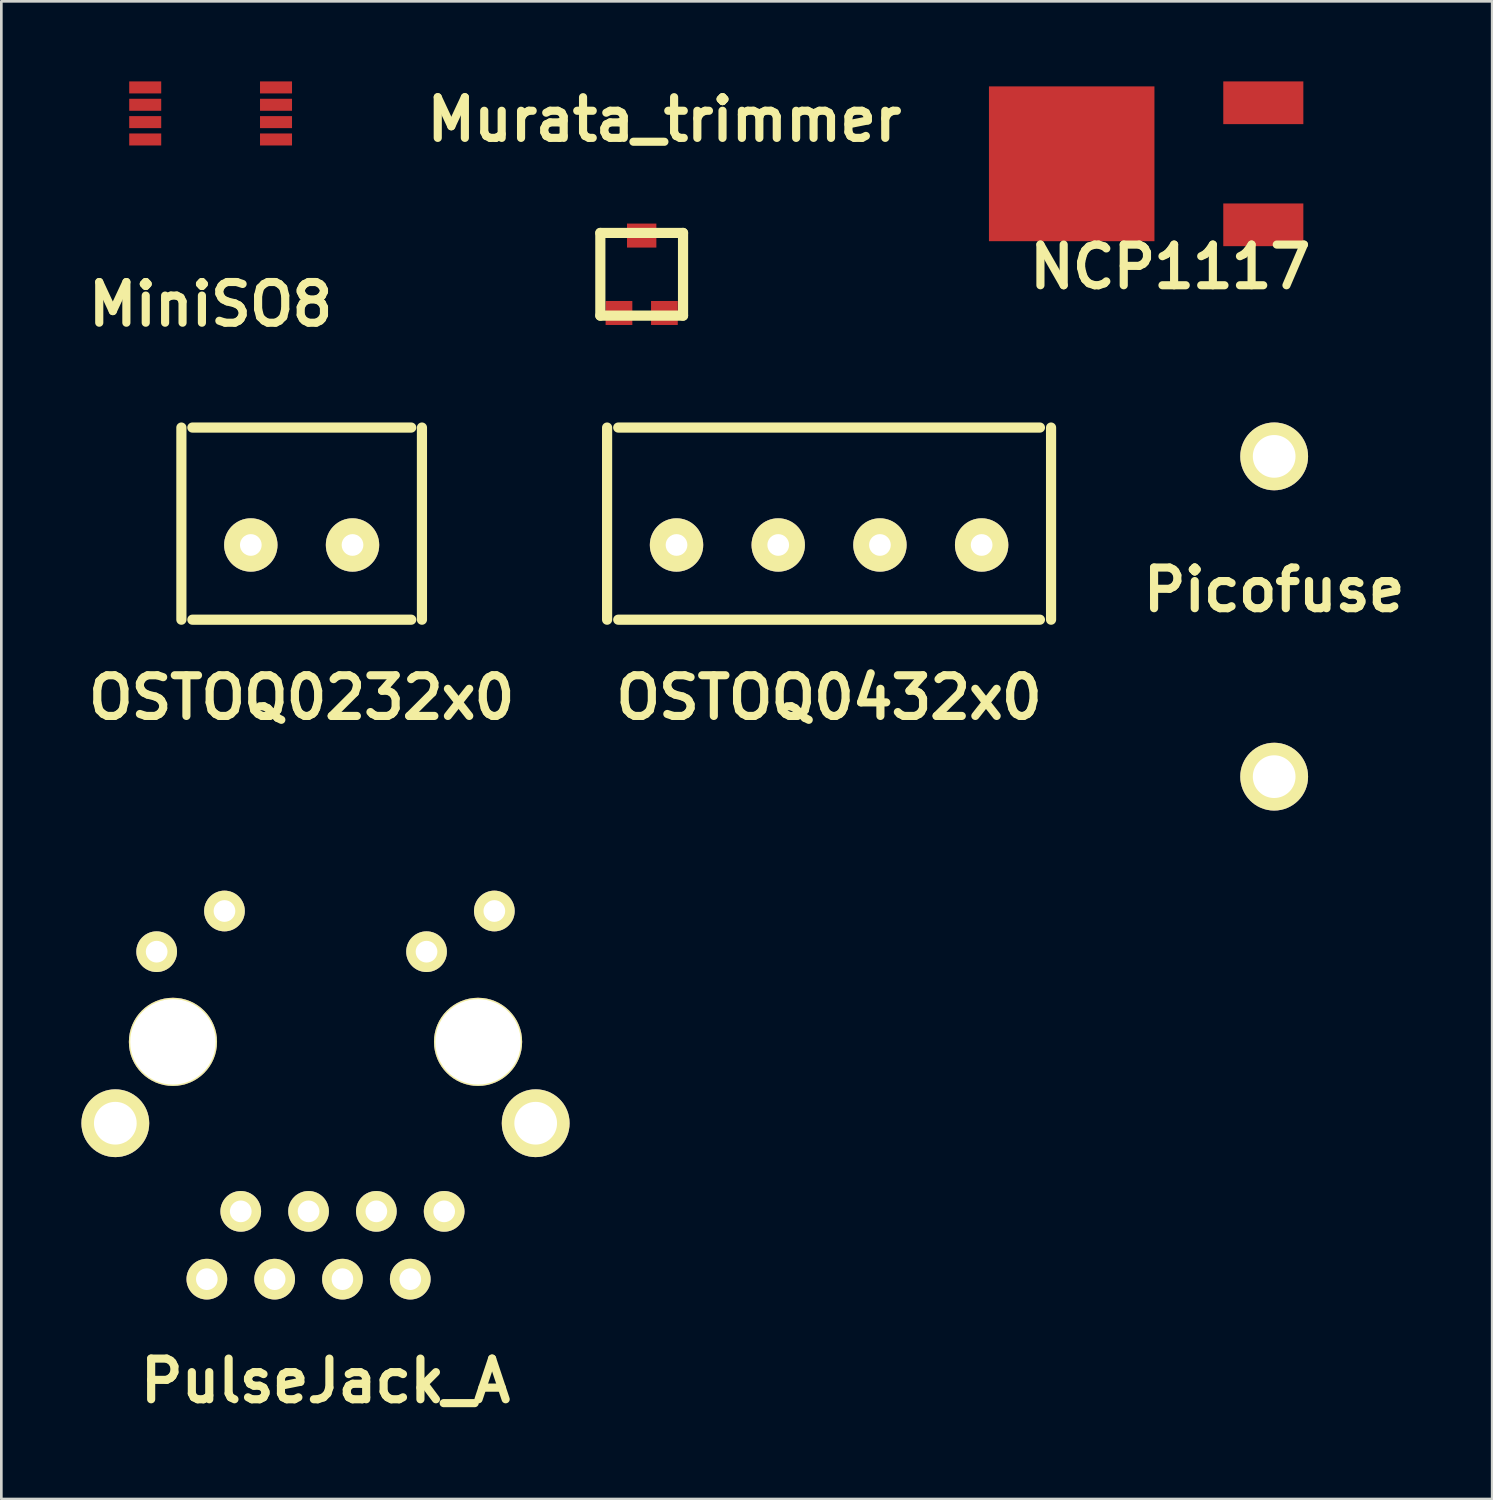
<source format=kicad_pcb>
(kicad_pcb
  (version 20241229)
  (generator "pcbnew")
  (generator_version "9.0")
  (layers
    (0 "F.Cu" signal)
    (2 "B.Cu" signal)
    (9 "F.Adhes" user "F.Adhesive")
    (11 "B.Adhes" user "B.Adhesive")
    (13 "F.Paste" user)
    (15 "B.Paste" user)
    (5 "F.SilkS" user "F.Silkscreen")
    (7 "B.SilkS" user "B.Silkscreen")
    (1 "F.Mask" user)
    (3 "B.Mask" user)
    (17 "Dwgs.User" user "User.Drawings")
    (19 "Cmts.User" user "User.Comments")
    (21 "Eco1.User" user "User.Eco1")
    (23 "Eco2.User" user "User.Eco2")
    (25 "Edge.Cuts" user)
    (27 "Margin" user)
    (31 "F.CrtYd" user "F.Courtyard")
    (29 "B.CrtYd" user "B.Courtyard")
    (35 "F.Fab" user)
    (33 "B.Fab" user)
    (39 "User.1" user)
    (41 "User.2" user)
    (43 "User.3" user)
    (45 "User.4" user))
  (footprint "PulseJack_A"
    (layer "F.Cu")
    (at 9.144 35.98)
    (property "Reference" "PulseJack_A" (at 0 12.7 0) (layer "F.SilkS") (effects (font (size 1.524 1.524) (thickness 0.305))))
    (attr through_hole)
    (pad "" np_thru_hole circle (at -5.715 0) (size 3.302 3.302) (drill 3.2) (layers "*.Cu" "*.Mask" "F.SilkS"))
    (pad "" np_thru_hole circle (at 5.715 0) (size 3.302 3.302) (drill 3.2) (layers "*.Cu" "*.Mask" "F.SilkS"))
    (pad "1" thru_hole circle (at 4.445 6.35) (size 1.524 1.524) (drill 0.813) (layers "*.Cu" "*.Mask" "F.SilkS"))
    (pad "2" thru_hole circle (at 3.175 8.89) (size 1.524 1.524) (drill 0.813) (layers "*.Cu" "*.Mask" "F.SilkS"))
    (pad "3" thru_hole circle (at 1.905 6.35) (size 1.524 1.524) (drill 0.813) (layers "*.Cu" "*.Mask" "F.SilkS"))
    (pad "4" thru_hole circle (at 0.635 8.89) (size 1.524 1.524) (drill 0.813) (layers "*.Cu" "*.Mask" "F.SilkS"))
    (pad "5" thru_hole circle (at -0.635 6.35) (size 1.524 1.524) (drill 0.813) (layers "*.Cu" "*.Mask" "F.SilkS"))
    (pad "6" thru_hole circle (at -1.905 8.89) (size 1.524 1.524) (drill 0.813) (layers "*.Cu" "*.Mask" "F.SilkS"))
    (pad "7" thru_hole circle (at -3.175 6.35) (size 1.524 1.524) (drill 0.813) (layers "*.Cu" "*.Mask" "F.SilkS"))
    (pad "8" thru_hole circle (at -4.445 8.89) (size 1.524 1.524) (drill 0.813) (layers "*.Cu" "*.Mask" "F.SilkS"))
    (pad "9" thru_hole circle (at 6.325 -4.902) (size 1.524 1.524) (drill 0.813) (layers "*.Cu" "*.Mask" "F.SilkS"))
    (pad "10" thru_hole circle (at 3.785 -3.378) (size 1.524 1.524) (drill 0.813) (layers "*.Cu" "*.Mask" "F.SilkS"))
    (pad "11" thru_hole circle (at -3.785 -4.902) (size 1.524 1.524) (drill 0.813) (layers "*.Cu" "*.Mask" "F.SilkS"))
    (pad "12" thru_hole circle (at -6.325 -3.378) (size 1.524 1.524) (drill 0.813) (layers "*.Cu" "*.Mask" "F.SilkS"))
    (pad "13" thru_hole circle (at -7.874 3.048) (size 2.54 2.54) (drill 1.6) (layers "*.Cu" "*.Mask" "F.SilkS"))
    (pad "13" thru_hole circle (at 7.874 3.048) (size 2.54 2.54) (drill 1.6) (layers "*.Cu" "*.Mask" "F.SilkS")))
  (footprint "Picofuse"
    (layer "F.Cu")
    (at 44.683 20.046)
    (property "Reference" "Picofuse" (at 0 -1.001 0) (layer "F.SilkS") (effects (font (size 1.524 1.524) (thickness 0.305))))
    (attr through_hole)
    (pad "1" thru_hole circle (at 0 5.999) (size 2.54 2.54) (drill 1.6) (layers "*.Cu" "*.Mask" "F.SilkS"))
    (pad "2" thru_hole circle (at 0 -5.999) (size 2.54 2.54) (drill 1.6) (layers "*.Cu" "*.Mask" "F.SilkS")))
  (footprint "MiniSO8"
    (layer "F.Cu")
    (at 4.841 1.2)
    (property "Reference" "MiniSO8" (at 0 7.15 0) (layer "F.SilkS") (effects (font (size 1.524 1.524) (thickness 0.305))))
    (attr through_hole)
    (pad "1" smd rect (at 2.449 0.975) (size 1.199 0.45) (layers "F.Cu" "F.Mask" "F.Paste"))
    (pad "2" smd rect (at 2.449 0.325) (size 1.199 0.45) (layers "F.Cu" "F.Mask" "F.Paste"))
    (pad "3" smd rect (at 2.449 -0.325) (size 1.199 0.45) (layers "F.Cu" "F.Mask" "F.Paste"))
    (pad "4" smd rect (at 2.449 -0.975) (size 1.199 0.45) (layers "F.Cu" "F.Mask" "F.Paste"))
    (pad "5" smd rect (at -2.451 -0.975) (size 1.199 0.45) (layers "F.Cu" "F.Mask" "F.Paste"))
    (pad "6" smd rect (at -2.451 -0.325) (size 1.199 0.45) (layers "F.Cu" "F.Mask" "F.Paste"))
    (pad "7" smd rect (at -2.451 0.325) (size 1.199 0.45) (layers "F.Cu" "F.Mask" "F.Paste"))
    (pad "8" smd rect (at -2.451 0.975) (size 1.199 0.45) (layers "F.Cu" "F.Mask" "F.Paste")))
  (footprint "Murata_trimmer"
    (layer "F.Cu")
    (at 20.989 7.225)
    (property "Reference" "Murata_trimmer" (at 0.851 -5.799 0) (layer "F.SilkS") (effects (font (size 1.524 1.524) (thickness 0.305))))
    (attr through_hole)
    (fp_line (start -1.549 -1.549) (end 1.549 -1.549) (stroke (width 0.381) (type solid)) (layer "F.SilkS"))
    (fp_line (start -1.549 1.549) (end -1.549 -1.549) (stroke (width 0.381) (type solid)) (layer "F.SilkS"))
    (fp_line (start 1.549 -1.549) (end 1.549 1.549) (stroke (width 0.381) (type solid)) (layer "F.SilkS"))
    (fp_line (start 1.549 1.549) (end -1.549 1.549) (stroke (width 0.381) (type solid)) (layer "F.SilkS"))
    (pad "1" smd rect (at -0.851 1.45) (size 1.001 0.899) (layers "F.Cu" "F.Mask" "F.Paste"))
    (pad "2" smd rect (at 0 -1.45) (size 1.1 0.899) (layers "F.Cu" "F.Mask" "F.Paste"))
    (pad "3" smd rect (at 0.851 1.45) (size 1.001 0.899) (layers "F.Cu" "F.Mask" "F.Paste")))
  (footprint "NCP1117"
    (layer "F.Cu")
    (at 40.687 3.086)
    (property "Reference" "NCP1117" (at 0.102 3.861 0) (layer "F.SilkS") (effects (font (size 1.524 1.524) (thickness 0.305))))
    (attr through_hole)
    (pad "1" smd rect (at 3.589 2.286) (size 3 1.6) (layers "F.Cu" "F.Mask" "F.Paste"))
    (pad "2" smd rect (at -3.589 0) (size 6.2 5.799) (layers "F.Cu" "F.Mask" "F.Paste"))
    (pad "3" smd rect (at 3.589 -2.286) (size 3 1.6) (layers "F.Cu" "F.Mask" "F.Paste")))
  (footprint "OSTOQ0432x0"
    (layer "F.Cu")
    (at 28.009 17.366)
    (property "Reference" "OSTOQ0432x0" (at 0 5.715 0) (layer "F.SilkS") (effects (font (size 1.524 1.524) (thickness 0.305))))
    (attr through_hole)
    (fp_line (start -8.316 2.799) (end -8.316 -4.399) (stroke (width 0.381) (type solid)) (layer "F.SilkS"))
    (fp_line (start -7.899 -4.399) (end 7.899 -4.399) (stroke (width 0.381) (type solid)) (layer "F.SilkS"))
    (fp_line (start -7.899 2.799) (end 7.899 2.799) (stroke (width 0.381) (type solid)) (layer "F.SilkS"))
    (fp_line (start 8.316 2.799) (end 8.316 -4.399) (stroke (width 0.381) (type solid)) (layer "F.SilkS"))
    (pad "1" thru_hole circle (at -5.715 0) (size 1.999 1.999) (drill 0.813) (layers "*.Cu" "*.Mask" "F.SilkS"))
    (pad "2" thru_hole circle (at -1.905 0) (size 1.999 1.999) (drill 0.813) (layers "*.Cu" "*.Mask" "F.SilkS"))
    (pad "3" thru_hole circle (at 1.905 0) (size 1.999 1.999) (drill 0.813) (layers "*.Cu" "*.Mask" "F.SilkS"))
    (pad "4" thru_hole circle (at 5.715 0) (size 1.999 1.999) (drill 0.813) (layers "*.Cu" "*.Mask" "F.SilkS")))
  (footprint "OSTOQ0232x0"
    (layer "F.Cu")
    (at 8.251 17.366)
    (property "Reference" "OSTOQ0232x0" (at 0 5.715 0) (layer "F.SilkS") (effects (font (size 1.524 1.524) (thickness 0.305))))
    (attr through_hole)
    (fp_line (start -4.506 2.799) (end -4.506 -4.399) (stroke (width 0.381) (type solid)) (layer "F.SilkS"))
    (fp_line (start -4.094 -4.399) (end 4.105 -4.399) (stroke (width 0.381) (type solid)) (layer "F.SilkS"))
    (fp_line (start -4.094 2.799) (end 4.105 2.799) (stroke (width 0.381) (type solid)) (layer "F.SilkS"))
    (fp_line (start 4.506 2.799) (end 4.506 -4.399) (stroke (width 0.381) (type solid)) (layer "F.SilkS"))
    (pad "1" thru_hole circle (at -1.905 0) (size 1.999 1.999) (drill 0.813) (layers "*.Cu" "*.Mask" "F.SilkS"))
    (pad "2" thru_hole circle (at 1.905 0) (size 1.999 1.999) (drill 0.813) (layers "*.Cu" "*.Mask" "F.SilkS")))
  (gr_rect
    (start -3 -3)
    (end 52.85 53.106)
    (stroke (width 0.1) (type default))
    (fill no)
    (layer "Edge.Cuts")))
</source>
